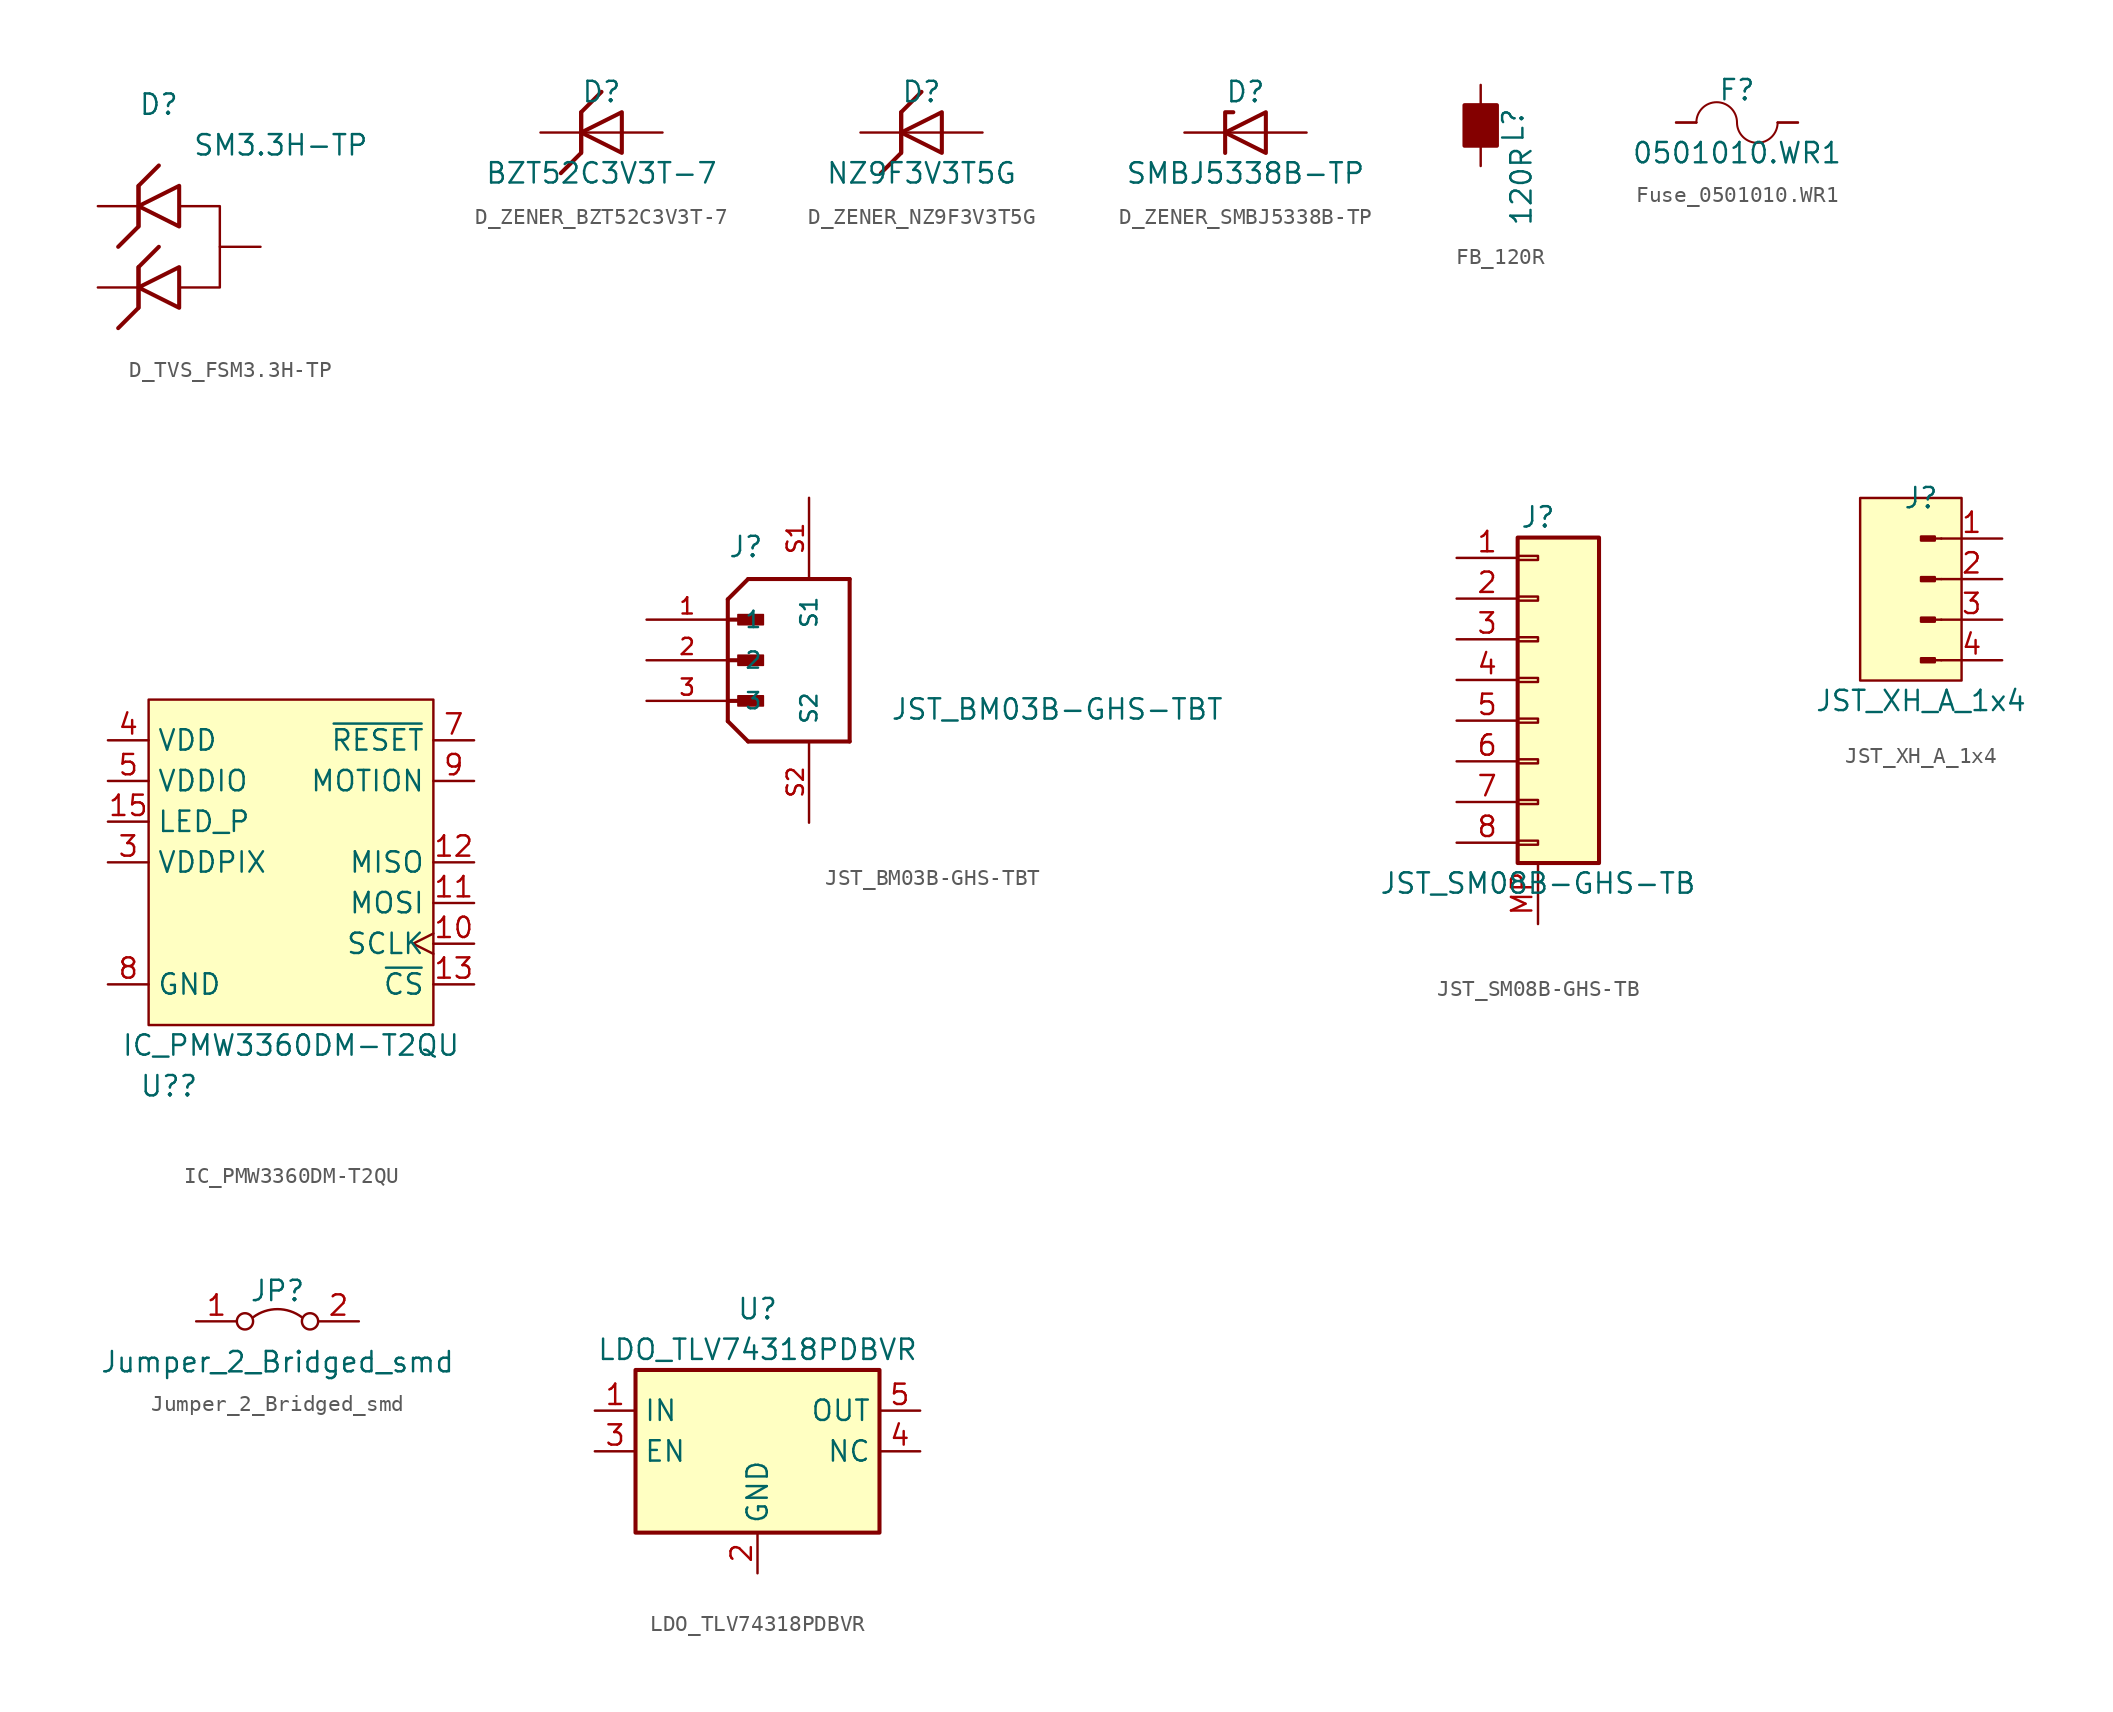
<source format=kicad_sym>
(kicad_symbol_lib
  (version 20241209)
  (generator "kicad_symbol_editor")
  (generator_version "9.0")
  (symbol "D_TVS_FSM3.3H-TP"
    (pin_numbers
      (hide yes))
    (pin_names
      (offset 1.016)
      (hide yes))
    (property "Reference" "D"
      (at 0 8.89 0)
      (effects (font (size 1.27 1.27))))
    (property "Value" "SM3.3H-TP"
      (at 7.62 6.35 0)
      (effects (font (size 1.27 1.27))))
    (symbol "D_TVS_FSM3.3H-TP_0_1"
      (polyline (pts (xy -1.27 3.81) (xy -1.27 1.27) (xy -2.54 0)) (stroke (width 0.254) (type default)) (fill (type none)))
      (polyline (pts (xy -1.27 1.27) (xy -1.27 3.81) (xy 0 5.08)) (stroke (width 0.254) (type default)) (fill (type none)))
      (polyline (pts (xy -1.27 -1.27) (xy -1.27 -3.81) (xy -2.54 -5.08)) (stroke (width 0.254) (type default)) (fill (type none)))
      (polyline (pts (xy -1.27 -3.81) (xy -1.27 -1.27) (xy 0 0)) (stroke (width 0.254) (type default)) (fill (type none)))
      (polyline (pts (xy 1.27 2.54) (xy 3.81 2.54) (xy 3.81 -2.54) (xy 1.27 -2.54)) (stroke (width 0) (type default)) (fill (type none)))
      (polyline (pts (xy 1.27 1.27) (xy 1.27 3.81) (xy -1.27 2.54) (xy 1.27 1.27)) (stroke (width 0.254) (type default)) (fill (type none)))
      (polyline (pts (xy 1.27 -3.81) (xy 1.27 -1.27) (xy -1.27 -2.54) (xy 1.27 -3.81)) (stroke (width 0.254) (type default)) (fill (type none))))
    (symbol "D_TVS_FSM3.3H-TP_1_1"
      (pin passive line (at -3.81 2.54 0) (length 2.54) (name "~" (effects (font (size 1.27 1.27)))) (number "1" (effects (font (size 1.27 1.27)))))
      (pin passive line (at -3.81 -2.54 0) (length 2.54) (name "~" (effects (font (size 1.27 1.27)))) (number "2" (effects (font (size 1.27 1.27)))))
      (pin passive line (at 6.35 0 180) (length 2.54) (name "~" (effects (font (size 1.27 1.27)))) (number "3" (effects (font (size 1.27 1.27)))))))
  (symbol "D_ZENER_BZT52C3V3T-7"
    (pin_numbers
      (hide yes))
    (pin_names
      (offset 1.016)
      (hide yes))
    (property "Reference" "D"
      (at 0 2.54 0)
      (effects (font (size 1.27 1.27))))
    (property "Value" "BZT52C3V3T-7"
      (at 0 -2.54 0)
      (effects (font (size 1.27 1.27))))
    (symbol "D_ZENER_BZT52C3V3T-7_0_1"
      (polyline (pts (xy -1.27 1.27) (xy -1.27 -1.27) (xy -2.54 -2.54)) (stroke (width 0.254) (type default)) (fill (type none)))
      (polyline (pts (xy -1.27 -1.27) (xy -1.27 1.27) (xy 0 2.54)) (stroke (width 0.254) (type default)) (fill (type none)))
      (polyline (pts (xy 1.27 0) (xy -1.27 0)) (stroke (width 0) (type default)) (fill (type none)))
      (polyline (pts (xy 1.27 -1.27) (xy 1.27 1.27) (xy -1.27 0) (xy 1.27 -1.27)) (stroke (width 0.254) (type default)) (fill (type none))))
    (symbol "D_ZENER_BZT52C3V3T-7_1_1"
      (pin passive line (at -3.81 0 0) (length 2.54) (name "K" (effects (font (size 1.27 1.27)))) (number "1" (effects (font (size 1.27 1.27)))))
      (pin passive line (at 3.81 0 180) (length 2.54) (name "A" (effects (font (size 1.27 1.27)))) (number "2" (effects (font (size 1.27 1.27)))))))
  (symbol "D_ZENER_NZ9F3V3T5G"
    (pin_numbers
      (hide yes))
    (pin_names
      (offset 1.016)
      (hide yes))
    (property "Reference" "D"
      (at 0 2.54 0)
      (effects (font (size 1.27 1.27))))
    (property "Value" "NZ9F3V3T5G"
      (at 0 -2.54 0)
      (effects (font (size 1.27 1.27))))
    (symbol "D_ZENER_NZ9F3V3T5G_0_1"
      (polyline (pts (xy -1.27 1.27) (xy -1.27 -1.27) (xy -2.54 -2.54)) (stroke (width 0.254) (type default)) (fill (type none)))
      (polyline (pts (xy -1.27 -1.27) (xy -1.27 1.27) (xy 0 2.54)) (stroke (width 0.254) (type default)) (fill (type none)))
      (polyline (pts (xy 1.27 0) (xy -1.27 0)) (stroke (width 0) (type default)) (fill (type none)))
      (polyline (pts (xy 1.27 -1.27) (xy 1.27 1.27) (xy -1.27 0) (xy 1.27 -1.27)) (stroke (width 0.254) (type default)) (fill (type none))))
    (symbol "D_ZENER_NZ9F3V3T5G_1_1"
      (pin passive line (at -3.81 0 0) (length 2.54) (name "K" (effects (font (size 1.27 1.27)))) (number "1" (effects (font (size 1.27 1.27)))))
      (pin passive line (at 3.81 0 180) (length 2.54) (name "A" (effects (font (size 1.27 1.27)))) (number "2" (effects (font (size 1.27 1.27)))))))
  (symbol "D_ZENER_SMBJ5338B-TP"
    (pin_numbers
      (hide yes))
    (pin_names
      (offset 1.016)
      (hide yes))
    (property "Reference" "D"
      (at 0 2.54 0)
      (effects (font (size 1.27 1.27))))
    (property "Value" "SMBJ5338B-TP"
      (at 0 -2.54 0)
      (effects (font (size 1.27 1.27))))
    (symbol "D_ZENER_SMBJ5338B-TP_0_1"
      (polyline (pts (xy -1.27 -1.27) (xy -1.27 1.27) (xy -0.762 1.27)) (stroke (width 0.254) (type default)) (fill (type none)))
      (polyline (pts (xy 1.27 0) (xy -1.27 0)) (stroke (width 0) (type default)) (fill (type none)))
      (polyline (pts (xy 1.27 -1.27) (xy 1.27 1.27) (xy -1.27 0) (xy 1.27 -1.27)) (stroke (width 0.254) (type default)) (fill (type none))))
    (symbol "D_ZENER_SMBJ5338B-TP_1_1"
      (pin passive line (at -3.81 0 0) (length 2.54) (name "K" (effects (font (size 1.27 1.27)))) (number "1" (effects (font (size 1.27 1.27)))))
      (pin passive line (at 3.81 0 180) (length 2.54) (name "A" (effects (font (size 1.27 1.27)))) (number "2" (effects (font (size 1.27 1.27)))))))
  (symbol "FB_120R"
    (pin_numbers
      (hide yes))
    (pin_names
      (offset 0))
    (property "Reference" "L"
      (at 2.032 0 90)
      (effects (font (size 1.27 1.27))))
    (property "Value" "120R"
      (at 2.54 -3.81 90)
      (effects (font (size 1.27 1.27))))
    (symbol "FB_120R_1_1"
      (rectangle (start -1.016 1.27) (end 1.016 -1.27) (stroke (width 0.254) (type default)) (fill (type outline)))
      (pin passive line (at 0 2.54 270) (length 1.27) (name "~" (effects (font (size 1.27 1.27)))) (number "1" (effects (font (size 1.27 1.27)))))
      (pin passive line (at 0 -2.54 90) (length 1.27) (name "~" (effects (font (size 1.27 1.27)))) (number "2" (effects (font (size 1.27 1.27)))))))
  (symbol "Fuse_0501010.WR1"
    (pin_numbers
      (hide yes))
    (pin_names
      (offset 0))
    (property "Reference" "F"
      (at 0 2.032 0)
      (effects (font (size 1.27 1.27))))
    (property "Value" "0501010.WR1"
      (at 0 -1.905 0)
      (effects (font (size 1.27 1.27))))
    (symbol "Fuse_0501010.WR1_0_1"
      (polyline (pts (xy -3.81 0) (xy -2.54 0)) (stroke (width 0.127) (type default)) (fill (type none)))
      (arc (start -2.54 0) (mid -1.27 1.2645) (end 0 0) (stroke (width 0.127) (type default)) (fill (type none)))
      (arc (start 2.54 0) (mid 1.27 -1.2645) (end 0 0) (stroke (width 0.127) (type default)) (fill (type none)))
      (polyline (pts (xy 2.54 0) (xy 3.81 0)) (stroke (width 0.127) (type default)) (fill (type none))))
    (symbol "Fuse_0501010.WR1_1_1"
      (pin passive line (at -3.81 0 0) (length 1.27) (name "~" (effects (font (size 1.27 1.27)))) (number "1" (effects (font (size 1.27 1.27)))))
      (pin passive line (at 3.81 0 180) (length 1.27) (name "~" (effects (font (size 1.27 1.27)))) (number "2" (effects (font (size 1.27 1.27)))))))
  (symbol "IC_PMW3360DM-T2QU"
    (property "Reference" "U?"
      (at -7.62 -13.97 0)
      (effects (font (size 1.27 1.27))))
    (property "Value" "IC_PMW3360DM-T2QU"
      (at 0 -11.43 0)
      (effects (font (size 1.27 1.27))))
    (symbol "IC_PMW3360DM-T2QU_0_1"
      (rectangle (start -8.89 10.16) (end 8.89 -10.16) (stroke (width 0) (type default)) (fill (type background))))
    (symbol "IC_PMW3360DM-T2QU_1_1"
      (pin power_in line (at -11.43 7.62 0) (length 2.54) (name "VDD" (effects (font (size 1.27 1.27)))) (number "4" (effects (font (size 1.27 1.27)))))
      (pin power_in line (at -11.43 5.08 0) (length 2.54) (name "VDDIO" (effects (font (size 1.27 1.27)))) (number "5" (effects (font (size 1.27 1.27)))))
      (pin power_in line (at -11.43 2.54 0) (length 2.54) (name "LED_P" (effects (font (size 1.27 1.27)))) (number "15" (effects (font (size 1.27 1.27)))))
      (pin power_out line (at -11.43 0 0) (length 2.54) (name "VDDPIX" (effects (font (size 1.27 1.27)))) (number "3" (effects (font (size 1.27 1.27)))))
      (pin power_in line (at -11.43 -7.62 0) (length 2.54) (name "GND" (effects (font (size 1.27 1.27)))) (number "8" (effects (font (size 1.27 1.27)))))
      (pin no_connect line (at -2.54 21.59 180) (length 2.54) (hide yes) (name "NC" (effects (font (size 1.27 1.27)))) (number "16" (effects (font (size 1.27 1.27)))))
      (pin no_connect inverted (at -2.54 19.05 180) (length 2.54) (hide yes) (name "NC" (effects (font (size 1.27 1.27)))) (number "14" (effects (font (size 1.27 1.27)))))
      (pin no_connect line (at -2.54 16.51 180) (length 2.54) (hide yes) (name "NC" (effects (font (size 1.27 1.27)))) (number "2" (effects (font (size 1.27 1.27)))))
      (pin no_connect line (at -2.54 13.97 180) (length 2.54) (hide yes) (name "NC" (effects (font (size 1.27 1.27)))) (number "1" (effects (font (size 1.27 1.27)))))
      (pin no_connect line (at -2.54 11.43 180) (length 2.54) (hide yes) (name "NC" (effects (font (size 1.27 1.27)))) (number "6" (effects (font (size 1.27 1.27)))))
      (pin input line (at 11.43 7.62 180) (length 2.54) (name "~{RESET}" (effects (font (size 1.27 1.27)))) (number "7" (effects (font (size 1.27 1.27)))))
      (pin output line (at 11.43 5.08 180) (length 2.54) (name "MOTION" (effects (font (size 1.27 1.27)))) (number "9" (effects (font (size 1.27 1.27)))))
      (pin output line (at 11.43 0 180) (length 2.54) (name "MISO" (effects (font (size 1.27 1.27)))) (number "12" (effects (font (size 1.27 1.27)))))
      (pin input line (at 11.43 -2.54 180) (length 2.54) (name "MOSI" (effects (font (size 1.27 1.27)))) (number "11" (effects (font (size 1.27 1.27)))))
      (pin input clock (at 11.43 -5.08 180) (length 2.54) (name "SCLK" (effects (font (size 1.27 1.27)))) (number "10" (effects (font (size 1.27 1.27)))))
      (pin input line (at 11.43 -7.62 180) (length 2.54) (name "~{CS}" (effects (font (size 1.27 1.27)))) (number "13" (effects (font (size 1.27 1.27)))))))
  (symbol "JST_BM03B-GHS-TBT"
    (pin_names
      (offset 1.016))
    (property "Reference" "J"
      (at 0 6.35 0)
      (effects (font (size 1.27 1.27)) (justify left bottom)))
    (property "Value" "JST_BM03B-GHS-TBT"
      (at 10.16 -3.81 0)
      (effects (font (size 1.27 1.27)) (justify left bottom)))
    (symbol "JST_BM03B-GHS-TBT_0_0"
      (polyline (pts (xy 0 3.81) (xy 0 2.54)) (stroke (width 0.254) (type default)) (fill (type none)))
      (polyline (pts (xy 0 3.81) (xy 1.27 5.08)) (stroke (width 0.254) (type default)) (fill (type none)))
      (polyline (pts (xy 0 2.54) (xy 0 -3.81)) (stroke (width 0.254) (type default)) (fill (type none)))
      (polyline (pts (xy 0 2.54) (xy 1.905 2.54)) (stroke (width 0.254) (type default)) (fill (type none)))
      (polyline (pts (xy 0 0) (xy 1.905 0)) (stroke (width 0.254) (type default)) (fill (type none)))
      (polyline (pts (xy 0 -2.54) (xy 1.905 -2.54)) (stroke (width 0.254) (type default)) (fill (type none)))
      (polyline (pts (xy 0 -3.81) (xy 1.27 -5.08)) (stroke (width 0.254) (type default)) (fill (type none)))
      (rectangle (start 0.635 2.223) (end 2.223 2.857) (stroke (width 0.1) (type default)) (fill (type outline)))
      (rectangle (start 0.635 -0.318) (end 2.223 0.318) (stroke (width 0.1) (type default)) (fill (type outline)))
      (rectangle (start 0.635 -2.223) (end 2.223 -2.857) (stroke (width 0.1) (type default)) (fill (type outline)))
      (polyline (pts (xy 1.27 -5.08) (xy 7.62 -5.08)) (stroke (width 0.254) (type default)) (fill (type none)))
      (polyline (pts (xy 7.62 5.08) (xy 1.27 5.08)) (stroke (width 0.254) (type default)) (fill (type none)))
      (polyline (pts (xy 7.62 -5.08) (xy 7.62 5.08)) (stroke (width 0.254) (type default)) (fill (type none)))
      (pin passive line (at -5.08 2.54 0) (length 5.08) (name "1" (effects (font (size 1.016 1.016)))) (number "1" (effects (font (size 1.016 1.016)))))
      (pin passive line (at -5.08 0 0) (length 5.08) (name "2" (effects (font (size 1.016 1.016)))) (number "2" (effects (font (size 1.016 1.016)))))
      (pin passive line (at -5.08 -2.54 0) (length 5.08) (name "3" (effects (font (size 1.016 1.016)))) (number "3" (effects (font (size 1.016 1.016))))))
    (symbol "JST_BM03B-GHS-TBT_1_0"
      (pin passive line (at 5.08 10.16 270) (length 5.08) (name "S1" (effects (font (size 1.016 1.016)))) (number "S1" (effects (font (size 1.016 1.016)))))
      (pin passive line (at 5.08 -10.16 90) (length 5.08) (name "S2" (effects (font (size 1.016 1.016)))) (number "S2" (effects (font (size 1.016 1.016)))))))
  (symbol "JST_SM08B-GHS-TB"
    (pin_names
      (offset 1.016)
      (hide yes))
    (property "Reference" "J"
      (at 0 10.16 0)
      (effects (font (size 1.27 1.27))))
    (property "Value" "JST_SM08B-GHS-TB"
      (at 0 -12.7 0)
      (effects (font (size 1.27 1.27))))
    (symbol "JST_SM08B-GHS-TB_1_1"
      (rectangle (start -1.27 8.89) (end 3.81 -11.43) (stroke (width 0.254) (type default)) (fill (type background)))
      (rectangle (start -1.27 7.747) (end 0 7.493) (stroke (width 0.152) (type default)) (fill (type none)))
      (rectangle (start -1.27 5.207) (end 0 4.953) (stroke (width 0.152) (type default)) (fill (type none)))
      (rectangle (start -1.27 2.667) (end 0 2.413) (stroke (width 0.152) (type default)) (fill (type none)))
      (rectangle (start -1.27 0.127) (end 0 -0.127) (stroke (width 0.152) (type default)) (fill (type none)))
      (rectangle (start -1.27 -2.413) (end 0 -2.667) (stroke (width 0.152) (type default)) (fill (type none)))
      (rectangle (start -1.27 -4.953) (end 0 -5.207) (stroke (width 0.152) (type default)) (fill (type none)))
      (rectangle (start -1.27 -7.493) (end 0 -7.747) (stroke (width 0.152) (type default)) (fill (type none)))
      (rectangle (start -1.27 -10.033) (end 0 -10.287) (stroke (width 0.152) (type default)) (fill (type none)))
      (pin passive line (at -5.08 7.62 0) (length 3.81) (name "Pin_1" (effects (font (size 1.27 1.27)))) (number "1" (effects (font (size 1.27 1.27)))))
      (pin passive line (at -5.08 5.08 0) (length 3.81) (name "Pin_2" (effects (font (size 1.27 1.27)))) (number "2" (effects (font (size 1.27 1.27)))))
      (pin passive line (at -5.08 2.54 0) (length 3.81) (name "Pin_3" (effects (font (size 1.27 1.27)))) (number "3" (effects (font (size 1.27 1.27)))))
      (pin passive line (at -5.08 0 0) (length 3.81) (name "Pin_4" (effects (font (size 1.27 1.27)))) (number "4" (effects (font (size 1.27 1.27)))))
      (pin passive line (at -5.08 -2.54 0) (length 3.81) (name "Pin_5" (effects (font (size 1.27 1.27)))) (number "5" (effects (font (size 1.27 1.27)))))
      (pin passive line (at -5.08 -5.08 0) (length 3.81) (name "Pin_6" (effects (font (size 1.27 1.27)))) (number "6" (effects (font (size 1.27 1.27)))))
      (pin passive line (at -5.08 -7.62 0) (length 3.81) (name "Pin_7" (effects (font (size 1.27 1.27)))) (number "7" (effects (font (size 1.27 1.27)))))
      (pin passive line (at -5.08 -10.16 0) (length 3.81) (name "Pin_8" (effects (font (size 1.27 1.27)))) (number "8" (effects (font (size 1.27 1.27)))))
      (pin passive line (at 0 -15.24 90) (length 3.81) (name "MP" (effects (font (size 1.27 1.27)))) (number "MP" (effects (font (size 1.27 1.27)))))))
  (symbol "JST_XH_A_1x4"
    (pin_names
      (offset 1.016)
      (hide yes))
    (property "Reference" "J"
      (at 0 5.08 0)
      (effects (font (size 1.27 1.27))))
    (property "Value" "JST_XH_A_1x4"
      (at 0 -7.62 0)
      (effects (font (size 1.27 1.27))))
    (symbol "JST_XH_A_1x4_1_1"
      (rectangle (start -3.81 5.08) (end 2.54 -6.35) (stroke (width 0) (type solid)) (fill (type background)))
      (rectangle (start 0.864 2.667) (end 0 2.413) (stroke (width 0.152) (type default)) (fill (type outline)))
      (rectangle (start 0.864 0.127) (end 0 -0.127) (stroke (width 0.152) (type default)) (fill (type outline)))
      (rectangle (start 0.864 -2.413) (end 0 -2.667) (stroke (width 0.152) (type default)) (fill (type outline)))
      (rectangle (start 0.864 -4.953) (end 0 -5.207) (stroke (width 0.152) (type default)) (fill (type outline)))
      (polyline (pts (xy 1.27 2.54) (xy 0.864 2.54)) (stroke (width 0.152) (type default)) (fill (type none)))
      (polyline (pts (xy 1.27 0) (xy 0.864 0)) (stroke (width 0.152) (type default)) (fill (type none)))
      (polyline (pts (xy 1.27 -2.54) (xy 0.864 -2.54)) (stroke (width 0.152) (type default)) (fill (type none)))
      (polyline (pts (xy 1.27 -5.08) (xy 0.864 -5.08)) (stroke (width 0.152) (type default)) (fill (type none)))
      (pin passive line (at 5.08 2.54 180) (length 3.81) (name "Pin_1" (effects (font (size 1.27 1.27)))) (number "1" (effects (font (size 1.27 1.27)))))
      (pin passive line (at 5.08 0 180) (length 3.81) (name "Pin_2" (effects (font (size 1.27 1.27)))) (number "2" (effects (font (size 1.27 1.27)))))
      (pin passive line (at 5.08 -2.54 180) (length 3.81) (name "Pin_3" (effects (font (size 1.27 1.27)))) (number "3" (effects (font (size 1.27 1.27)))))
      (pin passive line (at 5.08 -5.08 180) (length 3.81) (name "Pin_4" (effects (font (size 1.27 1.27)))) (number "4" (effects (font (size 1.27 1.27)))))))
  (symbol "Jumper_2_Bridged_smd"
    (pin_names
      (offset 0)
      (hide yes))
    (property "Reference" "JP"
      (at 0 1.905 0)
      (effects (font (size 1.27 1.27))))
    (property "Value" "Jumper_2_Bridged_smd"
      (at 0 -2.54 0)
      (effects (font (size 1.27 1.27))))
    (symbol "Jumper_2_Bridged_smd_0_0"
      (circle (center -2.032 0) (radius 0.508) (stroke (width 0) (type default)) (fill (type none)))
      (circle (center 2.032 0) (radius 0.508) (stroke (width 0) (type default)) (fill (type none))))
    (symbol "Jumper_2_Bridged_smd_0_1"
      (arc (start -1.524 0.254) (mid 0 0.762) (end 1.524 0.254) (stroke (width 0) (type default)) (fill (type none))))
    (symbol "Jumper_2_Bridged_smd_1_1"
      (pin passive line (at -5.08 0 0) (length 2.54) (name "A" (effects (font (size 1.27 1.27)))) (number "1" (effects (font (size 1.27 1.27)))))
      (pin passive line (at 5.08 0 180) (length 2.54) (name "B" (effects (font (size 1.27 1.27)))) (number "2" (effects (font (size 1.27 1.27)))))))
  (symbol "LDO_TLV74318PDBVR"
    (property "Reference" "U"
      (at 0 8.89 0)
      (effects (font (size 1.27 1.27))))
    (property "Value" "LDO_TLV74318PDBVR"
      (at 0 6.35 0)
      (effects (font (size 1.27 1.27))))
    (symbol "LDO_TLV74318PDBVR_0_1"
      (rectangle (start -7.62 5.08) (end 7.62 -5.08) (stroke (width 0.254) (type default)) (fill (type background))))
    (symbol "LDO_TLV74318PDBVR_1_1"
      (pin power_in line (at -10.16 2.54 0) (length 2.54) (name "IN" (effects (font (size 1.27 1.27)))) (number "1" (effects (font (size 1.27 1.27)))))
      (pin input line (at -10.16 0 0) (length 2.54) (name "EN" (effects (font (size 1.27 1.27)))) (number "3" (effects (font (size 1.27 1.27)))))
      (pin power_in line (at 0 -7.62 90) (length 2.54) (name "GND" (effects (font (size 1.27 1.27)))) (number "2" (effects (font (size 1.27 1.27)))))
      (pin power_out line (at 10.16 2.54 180) (length 2.54) (name "OUT" (effects (font (size 1.27 1.27)))) (number "5" (effects (font (size 1.27 1.27)))))
      (pin output line (at 10.16 0 180) (length 2.54) (name "NC" (effects (font (size 1.27 1.27)))) (number "4" (effects (font (size 1.27 1.27))))))))
</source>
